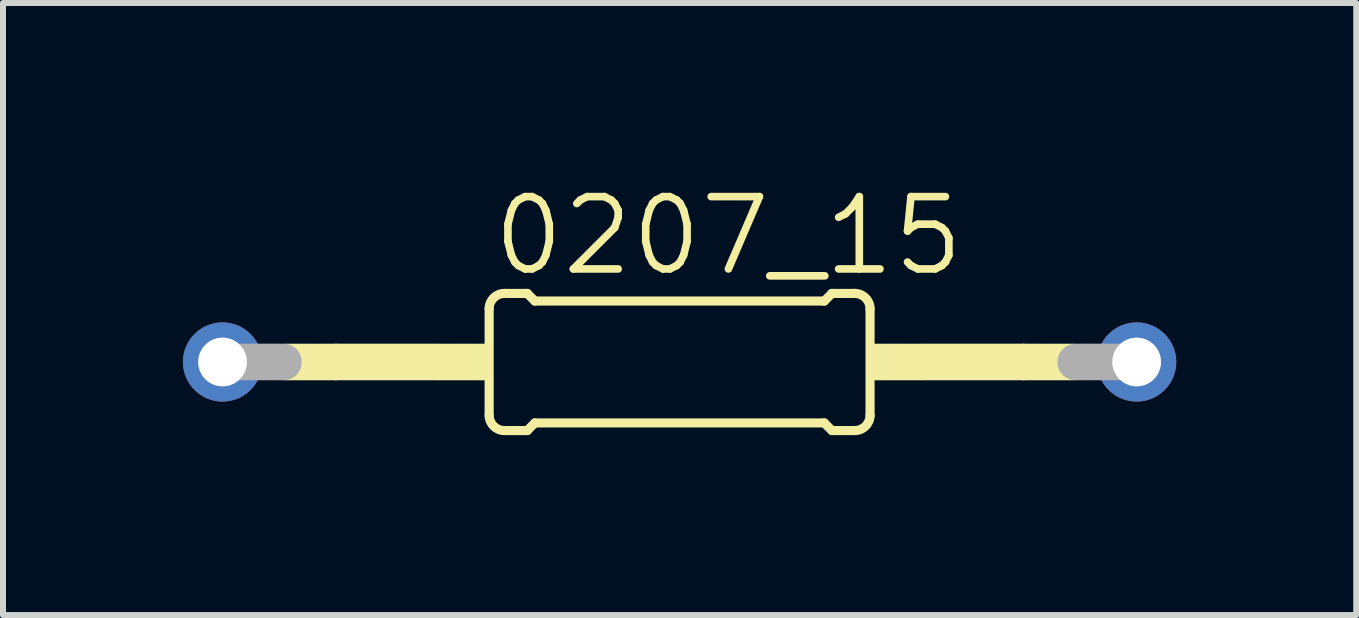
<source format=kicad_pcb>
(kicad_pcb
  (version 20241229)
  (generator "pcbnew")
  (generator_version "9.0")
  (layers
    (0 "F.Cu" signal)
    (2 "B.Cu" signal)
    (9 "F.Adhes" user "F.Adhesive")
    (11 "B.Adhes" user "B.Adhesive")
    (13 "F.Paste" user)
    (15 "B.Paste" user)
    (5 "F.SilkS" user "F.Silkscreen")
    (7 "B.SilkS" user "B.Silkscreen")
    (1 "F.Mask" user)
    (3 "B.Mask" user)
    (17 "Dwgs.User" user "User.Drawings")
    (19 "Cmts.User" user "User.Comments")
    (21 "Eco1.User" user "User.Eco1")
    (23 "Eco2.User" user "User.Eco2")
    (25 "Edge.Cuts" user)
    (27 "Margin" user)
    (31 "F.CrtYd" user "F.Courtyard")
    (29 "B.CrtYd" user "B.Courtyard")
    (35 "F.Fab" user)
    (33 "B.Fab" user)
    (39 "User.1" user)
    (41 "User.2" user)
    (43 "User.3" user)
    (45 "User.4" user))
  (footprint "0207_15"
    (layer "F.Cu")
    (at 8.28 2.985)
    (property "Reference" "0207_15" (at -3.175 -1.397 0) (layer "F.SilkS") (effects (font (size 1.206 1.206) (thickness 0.127)) (justify left bottom)))
    (attr through_hole)
    (fp_line (start -5.715 0) (end -4.064 0) (stroke (width 0.61) (type solid)) (layer "F.SilkS"))
    (fp_line (start -3.175 0.889) (end -3.175 -0.889) (stroke (width 0.152) (type solid)) (layer "F.SilkS"))
    (fp_line (start -2.921 -1.143) (end -2.54 -1.143) (stroke (width 0.152) (type solid)) (layer "F.SilkS"))
    (fp_line (start -2.921 1.143) (end -2.54 1.143) (stroke (width 0.152) (type solid)) (layer "F.SilkS"))
    (fp_line (start -2.413 -1.016) (end -2.54 -1.143) (stroke (width 0.152) (type solid)) (layer "F.SilkS"))
    (fp_line (start -2.413 1.016) (end -2.54 1.143) (stroke (width 0.152) (type solid)) (layer "F.SilkS"))
    (fp_line (start 2.413 -1.016) (end -2.413 -1.016) (stroke (width 0.152) (type solid)) (layer "F.SilkS"))
    (fp_line (start 2.413 -1.016) (end 2.54 -1.143) (stroke (width 0.152) (type solid)) (layer "F.SilkS"))
    (fp_line (start 2.413 1.016) (end -2.413 1.016) (stroke (width 0.152) (type solid)) (layer "F.SilkS"))
    (fp_line (start 2.413 1.016) (end 2.54 1.143) (stroke (width 0.152) (type solid)) (layer "F.SilkS"))
    (fp_line (start 2.921 -1.143) (end 2.54 -1.143) (stroke (width 0.152) (type solid)) (layer "F.SilkS"))
    (fp_line (start 2.921 1.143) (end 2.54 1.143) (stroke (width 0.152) (type solid)) (layer "F.SilkS"))
    (fp_line (start 3.175 0.889) (end 3.175 -0.889) (stroke (width 0.152) (type solid)) (layer "F.SilkS"))
    (fp_line (start 5.715 0) (end 4.064 0) (stroke (width 0.61) (type solid)) (layer "F.SilkS"))
    (fp_arc (start -3.175 -0.889) (mid -3.100605 -1.068605) (end -2.921 -1.143) (stroke (width 0.1524) (type solid)) (layer "F.SilkS"))
    (fp_arc (start -2.921 1.143) (mid -3.100605 1.068605) (end -3.175 0.889) (stroke (width 0.1524) (type solid)) (layer "F.SilkS"))
    (fp_arc (start 2.921 -1.143) (mid 3.100605 -1.068605) (end 3.175 -0.889) (stroke (width 0.1524) (type solid)) (layer "F.SilkS"))
    (fp_arc (start 3.175 0.889) (mid 3.100605 1.068605) (end 2.921 1.143) (stroke (width 0.1524) (type solid)) (layer "F.SilkS"))
    (fp_poly (pts (xy -6.579 0.305) (xy -5.715 0.305) (xy -5.715 -0.305) (xy -6.579 -0.305)) (stroke (width 0) (type solid)) (fill yes) (layer "F.SilkS"))
    (fp_poly (pts (xy -4.039 0.305) (xy -3.175 0.305) (xy -3.175 -0.305) (xy -4.039 -0.305)) (stroke (width 0) (type solid)) (fill yes) (layer "F.SilkS"))
    (fp_poly (pts (xy 3.175 0.305) (xy 4.039 0.305) (xy 4.039 -0.305) (xy 3.175 -0.305)) (stroke (width 0) (type solid)) (fill yes) (layer "F.SilkS"))
    (fp_poly (pts (xy 5.715 0.305) (xy 6.579 0.305) (xy 6.579 -0.305) (xy 5.715 -0.305)) (stroke (width 0) (type solid)) (fill yes) (layer "F.SilkS"))
    (fp_line (start -7.62 0) (end -6.604 0) (stroke (width 0.61) (type solid)) (layer "F.Fab"))
    (fp_line (start 7.62 0) (end 6.604 0) (stroke (width 0.61) (type solid)) (layer "F.Fab"))
    (pad "1" thru_hole circle (at -7.62 0) (size 1.321 1.321) (drill 0.813) (layers "*.Cu" "*.Mask"))
    (pad "2" thru_hole circle (at 7.62 0) (size 1.321 1.321) (drill 0.813) (layers "*.Cu" "*.Mask")))
  (gr_rect
    (start -3 -3)
    (end 19.561 7.204)
    (stroke (width 0.1) (type default))
    (fill no)
    (layer "Edge.Cuts")))
</source>
